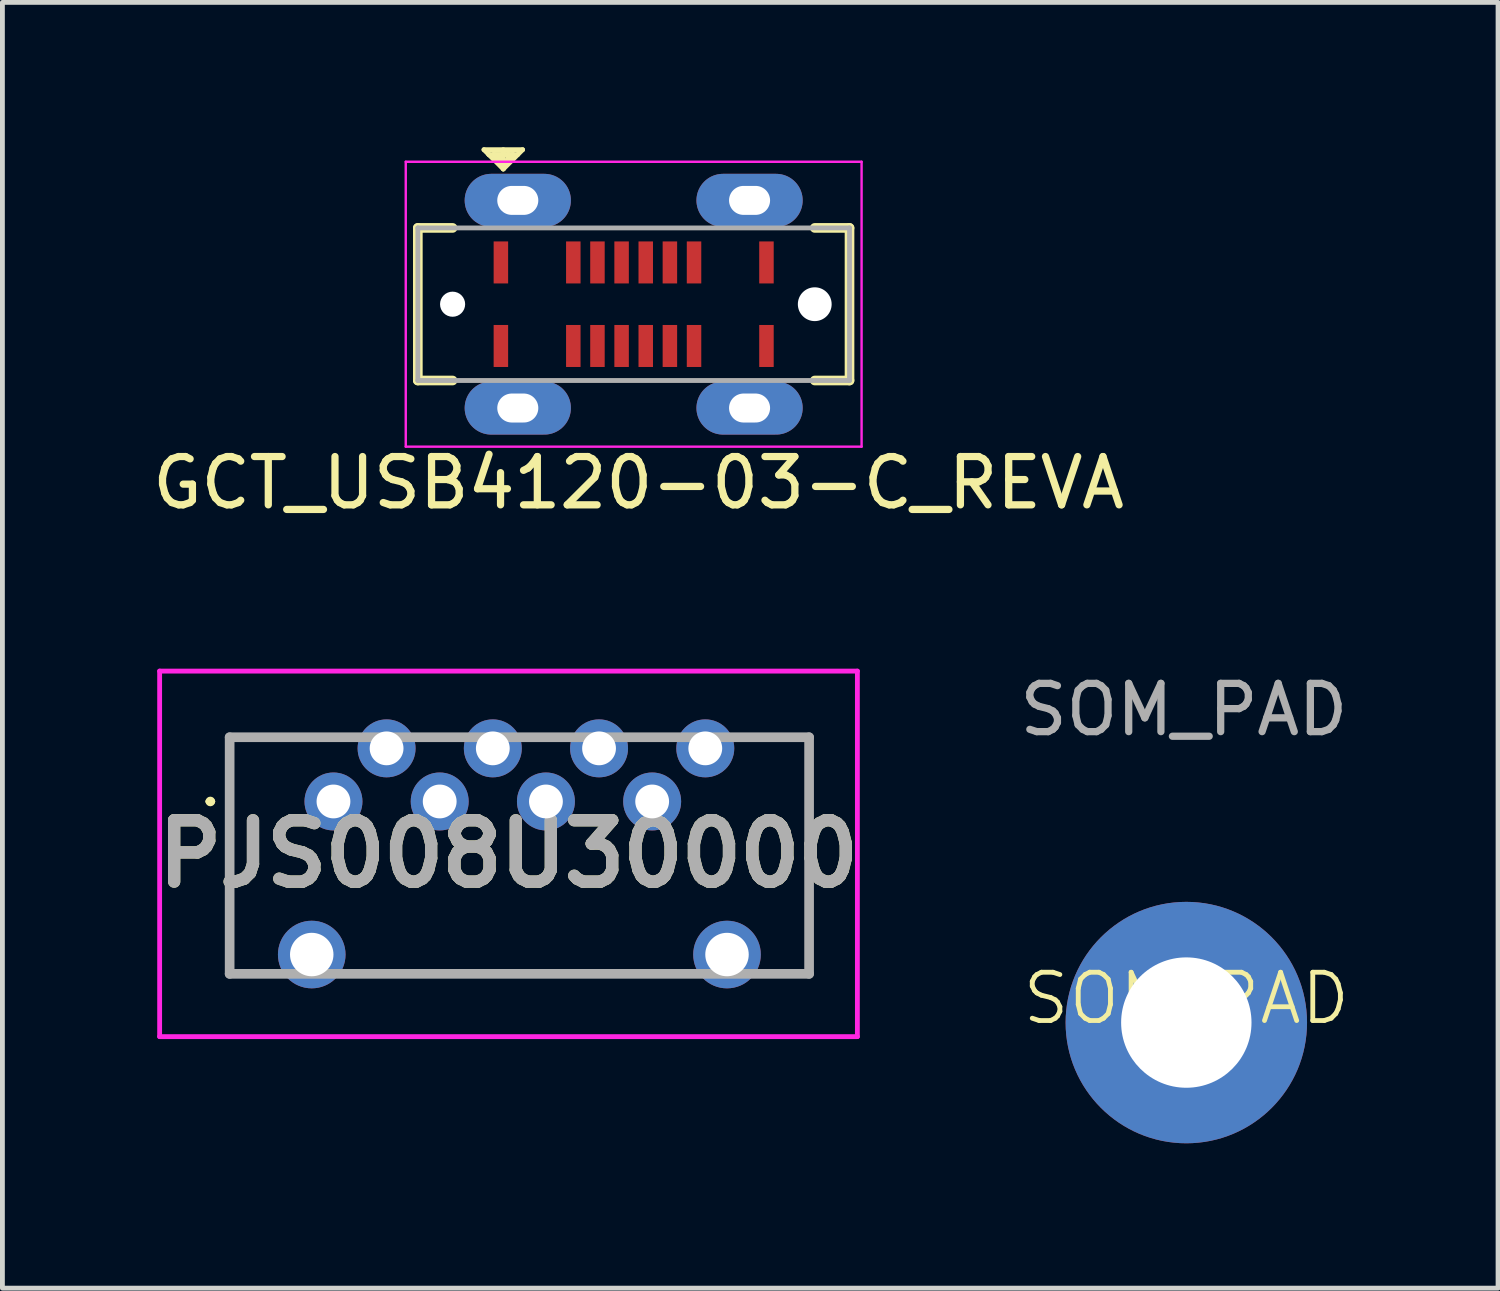
<source format=kicad_pcb>
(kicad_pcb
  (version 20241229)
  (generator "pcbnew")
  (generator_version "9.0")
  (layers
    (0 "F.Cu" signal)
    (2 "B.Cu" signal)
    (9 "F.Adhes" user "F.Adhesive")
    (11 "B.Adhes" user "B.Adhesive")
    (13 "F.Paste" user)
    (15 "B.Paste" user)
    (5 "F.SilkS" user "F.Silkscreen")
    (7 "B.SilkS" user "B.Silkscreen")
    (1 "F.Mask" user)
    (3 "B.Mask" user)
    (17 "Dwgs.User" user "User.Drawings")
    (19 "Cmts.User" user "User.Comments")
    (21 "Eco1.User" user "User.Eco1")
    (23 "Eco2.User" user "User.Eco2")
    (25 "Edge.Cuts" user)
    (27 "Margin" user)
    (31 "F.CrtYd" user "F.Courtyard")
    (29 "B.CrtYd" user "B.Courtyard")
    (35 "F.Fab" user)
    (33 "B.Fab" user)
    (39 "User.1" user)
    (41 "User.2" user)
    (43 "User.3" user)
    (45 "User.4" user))
  (footprint "SOM_PAD"
    (layer "F.Cu")
    (at 21.518 18.127)
    (property "Reference" "SOM_PAD" (at 0 -0.5 0) (unlocked yes) (layer "F.SilkS") (effects (font (size 1 1) (thickness 0.1))))
    (attr through_hole)
    (fp_text user "${REFERENCE}" (at -0.05 -6.48 0) (unlocked yes) (layer "F.Fab") (effects (font (size 1 1) (thickness 0.15))))
    (pad "PAD1" thru_hole circle (at 0 0) (size 5 5) (drill 2.7) (layers "*.Cu" "*.Mask")))
  (footprint "GCT_USB4120-03-C_REVA"
    (layer "F.Cu")
    (at 10.073 3.25)
    (property "Reference" "GCT_USB4120-03-C_REVA" (at 0.1 3.7 0) (layer "F.SilkS") (effects (font (size 1 1) (thickness 0.15))))
    (attr smd)
    (fp_line (start -4.47 -1.58) (end -4.47 1.58) (stroke (width 0.2) (type solid)) (layer "F.SilkS"))
    (fp_line (start -4.47 1.58) (end -3.75 1.58) (stroke (width 0.2) (type solid)) (layer "F.SilkS"))
    (fp_line (start -3.75 -1.58) (end -4.47 -1.58) (stroke (width 0.2) (type solid)) (layer "F.SilkS"))
    (fp_line (start -3.1 -3.2) (end -2.7 -2.8) (stroke (width 0.1) (type default)) (layer "F.SilkS"))
    (fp_line (start -3 -3.1) (end -2.7 -2.9) (stroke (width 0.1) (type default)) (layer "F.SilkS"))
    (fp_line (start -2.9 -3.1) (end -2.7 -3) (stroke (width 0.1) (type default)) (layer "F.SilkS"))
    (fp_line (start -2.7 -3.2) (end -2.7 -2.8) (stroke (width 0.1) (type default)) (layer "F.SilkS"))
    (fp_line (start -2.7 -2.9) (end -2.5 -3.1) (stroke (width 0.1) (type default)) (layer "F.SilkS"))
    (fp_line (start -2.7 -2.8) (end -2.3 -3.2) (stroke (width 0.1) (type default)) (layer "F.SilkS"))
    (fp_line (start -2.6 -3.1) (end -2.6 -3) (stroke (width 0.1) (type default)) (layer "F.SilkS"))
    (fp_line (start -2.6 -3) (end -2.6 -3.1) (stroke (width 0.1) (type default)) (layer "F.SilkS"))
    (fp_line (start -2.5 -3.1) (end -2.9 -3.1) (stroke (width 0.1) (type default)) (layer "F.SilkS"))
    (fp_line (start -2.4 -3.1) (end -3 -3.1) (stroke (width 0.1) (type default)) (layer "F.SilkS"))
    (fp_line (start -2.3 -3.2) (end -3.1 -3.2) (stroke (width 0.1) (type default)) (layer "F.SilkS"))
    (fp_line (start 3.75 -1.58) (end 4.47 -1.58) (stroke (width 0.2) (type solid)) (layer "F.SilkS"))
    (fp_line (start 4.47 -1.58) (end 4.47 1.58) (stroke (width 0.2) (type solid)) (layer "F.SilkS"))
    (fp_line (start 4.47 1.58) (end 3.75 1.58) (stroke (width 0.2) (type solid)) (layer "F.SilkS"))
    (fp_line (start -4.72 -2.95) (end 4.72 -2.95) (stroke (width 0.05) (type solid)) (layer "F.CrtYd"))
    (fp_line (start -4.72 2.95) (end -4.72 -2.95) (stroke (width 0.05) (type solid)) (layer "F.CrtYd"))
    (fp_line (start 4.72 -2.95) (end 4.72 2.95) (stroke (width 0.05) (type solid)) (layer "F.CrtYd"))
    (fp_line (start 4.72 2.95) (end -4.72 2.95) (stroke (width 0.05) (type solid)) (layer "F.CrtYd"))
    (fp_line (start -4.47 -1.58) (end 4.47 -1.58) (stroke (width 0.1) (type solid)) (layer "F.Fab"))
    (fp_line (start -4.47 1.58) (end -4.47 -1.58) (stroke (width 0.1) (type solid)) (layer "F.Fab"))
    (fp_line (start 4.47 -1.58) (end 4.47 1.58) (stroke (width 0.1) (type solid)) (layer "F.Fab"))
    (fp_line (start 4.47 1.58) (end -4.47 1.58) (stroke (width 0.1) (type solid)) (layer "F.Fab"))
    (pad "" np_thru_hole circle (at -3.75 0) (size 0.52 0.52) (drill 0.52) (layers "*.Cu" "*.Mask"))
    (pad "" np_thru_hole circle (at 3.75 0) (size 0.7 0.7) (drill 0.7) (layers "*.Cu" "*.Mask"))
    (pad "A1" smd rect (at -2.75 -0.865) (size 0.3 0.87) (layers "F.Cu" "F.Mask" "F.Paste"))
    (pad "A4" smd rect (at -1.25 -0.865) (size 0.3 0.87) (layers "F.Cu" "F.Mask" "F.Paste"))
    (pad "A5" smd rect (at -0.75 -0.865) (size 0.3 0.87) (layers "F.Cu" "F.Mask" "F.Paste"))
    (pad "A6" smd rect (at -0.25 -0.865) (size 0.3 0.87) (layers "F.Cu" "F.Mask" "F.Paste"))
    (pad "A7" smd rect (at 0.25 -0.865) (size 0.3 0.87) (layers "F.Cu" "F.Mask" "F.Paste"))
    (pad "A8" smd rect (at 0.75 -0.865) (size 0.3 0.87) (layers "F.Cu" "F.Mask" "F.Paste"))
    (pad "A9" smd rect (at 1.25 -0.865) (size 0.3 0.87) (layers "F.Cu" "F.Mask" "F.Paste"))
    (pad "A12" smd rect (at 2.75 -0.865) (size 0.3 0.87) (layers "F.Cu" "F.Mask" "F.Paste"))
    (pad "B1" smd rect (at 2.75 0.865) (size 0.3 0.87) (layers "F.Cu" "F.Mask" "F.Paste"))
    (pad "B4" smd rect (at 1.25 0.865) (size 0.3 0.87) (layers "F.Cu" "F.Mask" "F.Paste"))
    (pad "B5" smd rect (at 0.75 0.865) (size 0.3 0.87) (layers "F.Cu" "F.Mask" "F.Paste"))
    (pad "B6" smd rect (at 0.25 0.865) (size 0.3 0.87) (layers "F.Cu" "F.Mask" "F.Paste"))
    (pad "B7" smd rect (at -0.25 0.865) (size 0.3 0.87) (layers "F.Cu" "F.Mask" "F.Paste"))
    (pad "B8" smd rect (at -0.75 0.865) (size 0.3 0.87) (layers "F.Cu" "F.Mask" "F.Paste"))
    (pad "B9" smd rect (at -1.25 0.865) (size 0.3 0.87) (layers "F.Cu" "F.Mask" "F.Paste"))
    (pad "B12" smd rect (at -2.75 0.865) (size 0.3 0.87) (layers "F.Cu" "F.Mask" "F.Paste"))
    (pad "S1" thru_hole oval (at -2.4 -2.15) (size 2.2 1.1) (drill oval 0.85 0.6) (layers "*.Cu" "*.Mask"))
    (pad "S1" thru_hole oval (at -2.4 2.15) (size 2.2 1.1) (drill oval 0.85 0.6) (layers "*.Cu" "*.Mask"))
    (pad "S1" thru_hole oval (at 2.4 -2.15) (size 2.2 1.1) (drill oval 0.85 0.6) (layers "*.Cu" "*.Mask"))
    (pad "S1" thru_hole oval (at 2.4 2.15) (size 2.2 1.1) (drill oval 0.85 0.6) (layers "*.Cu" "*.Mask")))
  (footprint "PJS008U30000"
    (layer "F.Cu")
    (at 7.481 14.668)
    (property "Reference" "PJS008U30000" (at 0 -0.035 0) (layer "F.SilkS") (effects (font (size 1.27 1.27) (thickness 0.254))))
    (attr through_hole)
    (fp_line (start -6.225 -1.12) (end -6.225 -1.12) (stroke (width 0.1) (type solid)) (layer "F.SilkS"))
    (fp_line (start -6.125 -1.12) (end -6.125 -1.12) (stroke (width 0.1) (type solid)) (layer "F.SilkS"))
    (fp_line (start -5.775 -2.45) (end -3.775 -2.45) (stroke (width 0.1) (type solid)) (layer "F.SilkS"))
    (fp_line (start -5.775 2.45) (end -5.775 -2.45) (stroke (width 0.1) (type solid)) (layer "F.SilkS"))
    (fp_line (start -2.775 2.45) (end 2.975 2.45) (stroke (width 0.1) (type solid)) (layer "F.SilkS"))
    (fp_line (start 5.225 -2.45) (end 6.225 -2.45) (stroke (width 0.1) (type solid)) (layer "F.SilkS"))
    (fp_line (start 6.225 -2.45) (end 6.225 2.45) (stroke (width 0.1) (type solid)) (layer "F.SilkS"))
    (fp_arc (start -6.225 -1.12) (mid -6.175 -1.17) (end -6.125 -1.12) (stroke (width 0.1) (type solid)) (layer "F.SilkS"))
    (fp_arc (start -6.125 -1.12) (mid -6.175 -1.07) (end -6.225 -1.12) (stroke (width 0.1) (type solid)) (layer "F.SilkS"))
    (fp_line (start -7.225 -3.82) (end 7.225 -3.82) (stroke (width 0.1) (type solid)) (layer "F.CrtYd"))
    (fp_line (start -7.225 3.75) (end -7.225 -3.82) (stroke (width 0.1) (type solid)) (layer "F.CrtYd"))
    (fp_line (start 7.225 -3.82) (end 7.225 3.75) (stroke (width 0.1) (type solid)) (layer "F.CrtYd"))
    (fp_line (start 7.225 3.75) (end -7.225 3.75) (stroke (width 0.1) (type solid)) (layer "F.CrtYd"))
    (fp_line (start -5.775 -2.45) (end 6.225 -2.45) (stroke (width 0.2) (type solid)) (layer "F.Fab"))
    (fp_line (start -5.775 2.45) (end -5.775 -2.45) (stroke (width 0.2) (type solid)) (layer "F.Fab"))
    (fp_line (start 6.225 -2.45) (end 6.225 2.45) (stroke (width 0.2) (type solid)) (layer "F.Fab"))
    (fp_line (start 6.225 2.45) (end -5.775 2.45) (stroke (width 0.2) (type solid)) (layer "F.Fab"))
    (fp_text user "${REFERENCE}" (at 0 -0.035 0) (layer "F.Fab") (effects (font (size 1.27 1.27) (thickness 0.254))))
    (pad "1" thru_hole circle (at -3.625 -1.12) (size 1.2 1.2) (drill 0.7) (layers "*.Cu" "*.Mask"))
    (pad "2" thru_hole circle (at -2.525 -2.22) (size 1.2 1.2) (drill 0.7) (layers "*.Cu" "*.Mask"))
    (pad "3" thru_hole circle (at -1.425 -1.12) (size 1.2 1.2) (drill 0.7) (layers "*.Cu" "*.Mask"))
    (pad "4" thru_hole circle (at -0.325 -2.22) (size 1.2 1.2) (drill 0.7) (layers "*.Cu" "*.Mask"))
    (pad "5" thru_hole circle (at 0.775 -1.12) (size 1.2 1.2) (drill 0.7) (layers "*.Cu" "*.Mask"))
    (pad "6" thru_hole circle (at 1.875 -2.22) (size 1.2 1.2) (drill 0.7) (layers "*.Cu" "*.Mask"))
    (pad "7" thru_hole circle (at 2.975 -1.12) (size 1.2 1.2) (drill 0.7) (layers "*.Cu" "*.Mask"))
    (pad "8" thru_hole circle (at 4.075 -2.22) (size 1.2 1.2) (drill 0.7) (layers "*.Cu" "*.Mask"))
    (pad "MH1" thru_hole circle (at -4.075 2.05) (size 1.4 1.4) (drill 0.9) (layers "*.Cu" "*.Mask"))
    (pad "MH2" thru_hole circle (at 4.525 2.05) (size 1.4 1.4) (drill 0.9) (layers "*.Cu" "*.Mask")))
  (gr_rect
    (start -3 -3)
    (end 27.974 23.627)
    (stroke (width 0.1) (type default))
    (fill no)
    (layer "Edge.Cuts")))
</source>
